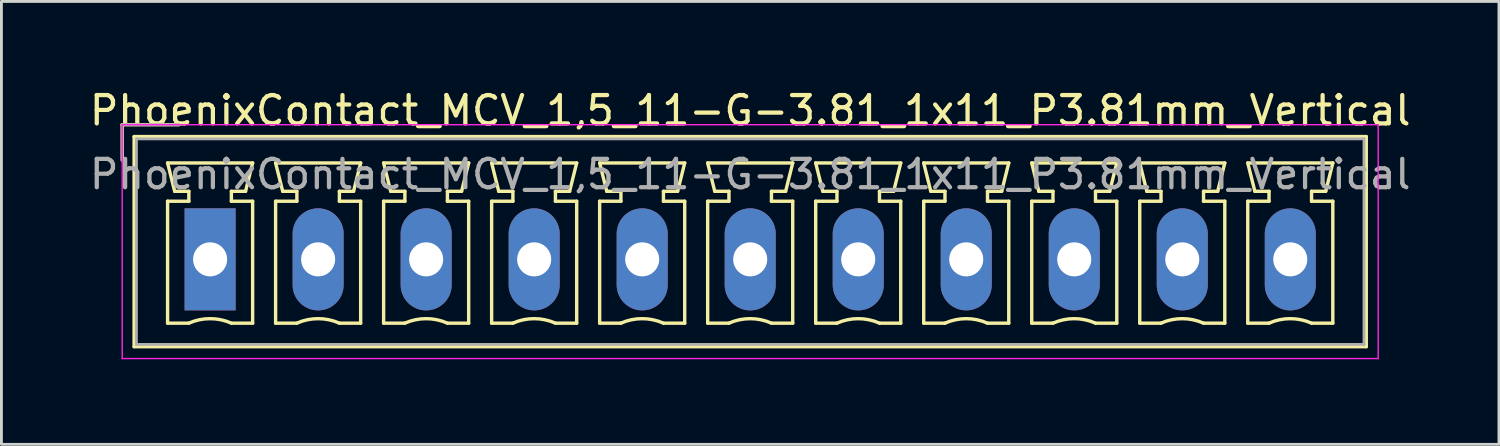
<source format=kicad_pcb>
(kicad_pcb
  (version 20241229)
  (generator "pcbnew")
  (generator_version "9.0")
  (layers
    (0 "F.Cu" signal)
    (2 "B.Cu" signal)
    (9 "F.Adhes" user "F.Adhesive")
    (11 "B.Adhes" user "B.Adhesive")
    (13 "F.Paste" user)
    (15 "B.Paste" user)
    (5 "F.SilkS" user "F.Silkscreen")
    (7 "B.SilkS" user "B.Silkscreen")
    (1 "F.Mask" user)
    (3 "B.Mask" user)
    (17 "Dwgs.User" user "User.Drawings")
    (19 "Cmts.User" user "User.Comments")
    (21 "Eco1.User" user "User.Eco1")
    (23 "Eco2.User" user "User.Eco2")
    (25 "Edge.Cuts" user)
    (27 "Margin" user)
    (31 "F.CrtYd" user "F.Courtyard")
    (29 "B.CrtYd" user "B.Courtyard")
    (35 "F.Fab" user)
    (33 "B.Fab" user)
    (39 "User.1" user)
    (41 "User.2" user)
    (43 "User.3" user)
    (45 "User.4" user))
  (footprint "PhoenixContact_MCV_1,5_11-G-3.81_1x11_P3.81mm_Vertical"
    (layer "F.Cu")
    (at 4.361 6.098)
    (property "Reference" "PhoenixContact_MCV_1,5_11-G-3.81_1x11_P3.81mm_Vertical" (at 19.05 -5.25 0) (layer "F.SilkS") (effects (font (size 1 1) (thickness 0.15))))
    (attr through_hole)
    (fp_line (start -3.1 -4.75) (end -1.1 -4.75) (stroke (width 0.12) (type solid)) (layer "F.SilkS"))
    (fp_line (start -3.1 -3.5) (end -3.1 -4.75) (stroke (width 0.12) (type solid)) (layer "F.SilkS"))
    (fp_line (start -2.68 -4.33) (end -2.68 3.08) (stroke (width 0.12) (type solid)) (layer "F.SilkS"))
    (fp_line (start -2.68 3.08) (end 40.78 3.08) (stroke (width 0.12) (type solid)) (layer "F.SilkS"))
    (fp_line (start -1.5 -3.4) (end 1.5 -3.4) (stroke (width 0.12) (type solid)) (layer "F.SilkS"))
    (fp_line (start -1.5 -2.05) (end -0.75 -2.05) (stroke (width 0.12) (type solid)) (layer "F.SilkS"))
    (fp_line (start -1.5 2.25) (end -1.5 -2.05) (stroke (width 0.12) (type solid)) (layer "F.SilkS"))
    (fp_line (start -1.25 -2.4) (end -1.5 -3.4) (stroke (width 0.12) (type solid)) (layer "F.SilkS"))
    (fp_line (start -0.75 -2.4) (end -1.25 -2.4) (stroke (width 0.12) (type solid)) (layer "F.SilkS"))
    (fp_line (start -0.75 -2.05) (end -0.75 -2.4) (stroke (width 0.12) (type solid)) (layer "F.SilkS"))
    (fp_line (start -0.75 2.25) (end -1.5 2.25) (stroke (width 0.12) (type solid)) (layer "F.SilkS"))
    (fp_line (start 0.75 -2.4) (end 0.75 -2.05) (stroke (width 0.12) (type solid)) (layer "F.SilkS"))
    (fp_line (start 0.75 -2.05) (end 1.5 -2.05) (stroke (width 0.12) (type solid)) (layer "F.SilkS"))
    (fp_line (start 1.25 -2.4) (end 0.75 -2.4) (stroke (width 0.12) (type solid)) (layer "F.SilkS"))
    (fp_line (start 1.5 -3.4) (end 1.25 -2.4) (stroke (width 0.12) (type solid)) (layer "F.SilkS"))
    (fp_line (start 1.5 -2.05) (end 1.5 2.25) (stroke (width 0.12) (type solid)) (layer "F.SilkS"))
    (fp_line (start 1.5 2.25) (end 0.75 2.25) (stroke (width 0.12) (type solid)) (layer "F.SilkS"))
    (fp_line (start 2.31 -3.4) (end 5.31 -3.4) (stroke (width 0.12) (type solid)) (layer "F.SilkS"))
    (fp_line (start 2.31 -2.05) (end 3.06 -2.05) (stroke (width 0.12) (type solid)) (layer "F.SilkS"))
    (fp_line (start 2.31 2.25) (end 2.31 -2.05) (stroke (width 0.12) (type solid)) (layer "F.SilkS"))
    (fp_line (start 2.56 -2.4) (end 2.31 -3.4) (stroke (width 0.12) (type solid)) (layer "F.SilkS"))
    (fp_line (start 3.06 -2.4) (end 2.56 -2.4) (stroke (width 0.12) (type solid)) (layer "F.SilkS"))
    (fp_line (start 3.06 -2.05) (end 3.06 -2.4) (stroke (width 0.12) (type solid)) (layer "F.SilkS"))
    (fp_line (start 3.06 2.25) (end 2.31 2.25) (stroke (width 0.12) (type solid)) (layer "F.SilkS"))
    (fp_line (start 4.56 -2.4) (end 4.56 -2.05) (stroke (width 0.12) (type solid)) (layer "F.SilkS"))
    (fp_line (start 4.56 -2.05) (end 5.31 -2.05) (stroke (width 0.12) (type solid)) (layer "F.SilkS"))
    (fp_line (start 5.06 -2.4) (end 4.56 -2.4) (stroke (width 0.12) (type solid)) (layer "F.SilkS"))
    (fp_line (start 5.31 -3.4) (end 5.06 -2.4) (stroke (width 0.12) (type solid)) (layer "F.SilkS"))
    (fp_line (start 5.31 -2.05) (end 5.31 2.25) (stroke (width 0.12) (type solid)) (layer "F.SilkS"))
    (fp_line (start 5.31 2.25) (end 4.56 2.25) (stroke (width 0.12) (type solid)) (layer "F.SilkS"))
    (fp_line (start 6.12 -3.4) (end 9.12 -3.4) (stroke (width 0.12) (type solid)) (layer "F.SilkS"))
    (fp_line (start 6.12 -2.05) (end 6.87 -2.05) (stroke (width 0.12) (type solid)) (layer "F.SilkS"))
    (fp_line (start 6.12 2.25) (end 6.12 -2.05) (stroke (width 0.12) (type solid)) (layer "F.SilkS"))
    (fp_line (start 6.37 -2.4) (end 6.12 -3.4) (stroke (width 0.12) (type solid)) (layer "F.SilkS"))
    (fp_line (start 6.87 -2.4) (end 6.37 -2.4) (stroke (width 0.12) (type solid)) (layer "F.SilkS"))
    (fp_line (start 6.87 -2.05) (end 6.87 -2.4) (stroke (width 0.12) (type solid)) (layer "F.SilkS"))
    (fp_line (start 6.87 2.25) (end 6.12 2.25) (stroke (width 0.12) (type solid)) (layer "F.SilkS"))
    (fp_line (start 8.37 -2.4) (end 8.37 -2.05) (stroke (width 0.12) (type solid)) (layer "F.SilkS"))
    (fp_line (start 8.37 -2.05) (end 9.12 -2.05) (stroke (width 0.12) (type solid)) (layer "F.SilkS"))
    (fp_line (start 8.87 -2.4) (end 8.37 -2.4) (stroke (width 0.12) (type solid)) (layer "F.SilkS"))
    (fp_line (start 9.12 -3.4) (end 8.87 -2.4) (stroke (width 0.12) (type solid)) (layer "F.SilkS"))
    (fp_line (start 9.12 -2.05) (end 9.12 2.25) (stroke (width 0.12) (type solid)) (layer "F.SilkS"))
    (fp_line (start 9.12 2.25) (end 8.37 2.25) (stroke (width 0.12) (type solid)) (layer "F.SilkS"))
    (fp_line (start 9.93 -3.4) (end 12.93 -3.4) (stroke (width 0.12) (type solid)) (layer "F.SilkS"))
    (fp_line (start 9.93 -2.05) (end 10.68 -2.05) (stroke (width 0.12) (type solid)) (layer "F.SilkS"))
    (fp_line (start 9.93 2.25) (end 9.93 -2.05) (stroke (width 0.12) (type solid)) (layer "F.SilkS"))
    (fp_line (start 10.18 -2.4) (end 9.93 -3.4) (stroke (width 0.12) (type solid)) (layer "F.SilkS"))
    (fp_line (start 10.68 -2.4) (end 10.18 -2.4) (stroke (width 0.12) (type solid)) (layer "F.SilkS"))
    (fp_line (start 10.68 -2.05) (end 10.68 -2.4) (stroke (width 0.12) (type solid)) (layer "F.SilkS"))
    (fp_line (start 10.68 2.25) (end 9.93 2.25) (stroke (width 0.12) (type solid)) (layer "F.SilkS"))
    (fp_line (start 12.18 -2.4) (end 12.18 -2.05) (stroke (width 0.12) (type solid)) (layer "F.SilkS"))
    (fp_line (start 12.18 -2.05) (end 12.93 -2.05) (stroke (width 0.12) (type solid)) (layer "F.SilkS"))
    (fp_line (start 12.68 -2.4) (end 12.18 -2.4) (stroke (width 0.12) (type solid)) (layer "F.SilkS"))
    (fp_line (start 12.93 -3.4) (end 12.68 -2.4) (stroke (width 0.12) (type solid)) (layer "F.SilkS"))
    (fp_line (start 12.93 -2.05) (end 12.93 2.25) (stroke (width 0.12) (type solid)) (layer "F.SilkS"))
    (fp_line (start 12.93 2.25) (end 12.18 2.25) (stroke (width 0.12) (type solid)) (layer "F.SilkS"))
    (fp_line (start 13.74 -3.4) (end 16.74 -3.4) (stroke (width 0.12) (type solid)) (layer "F.SilkS"))
    (fp_line (start 13.74 -2.05) (end 14.49 -2.05) (stroke (width 0.12) (type solid)) (layer "F.SilkS"))
    (fp_line (start 13.74 2.25) (end 13.74 -2.05) (stroke (width 0.12) (type solid)) (layer "F.SilkS"))
    (fp_line (start 13.99 -2.4) (end 13.74 -3.4) (stroke (width 0.12) (type solid)) (layer "F.SilkS"))
    (fp_line (start 14.49 -2.4) (end 13.99 -2.4) (stroke (width 0.12) (type solid)) (layer "F.SilkS"))
    (fp_line (start 14.49 -2.05) (end 14.49 -2.4) (stroke (width 0.12) (type solid)) (layer "F.SilkS"))
    (fp_line (start 14.49 2.25) (end 13.74 2.25) (stroke (width 0.12) (type solid)) (layer "F.SilkS"))
    (fp_line (start 15.99 -2.4) (end 15.99 -2.05) (stroke (width 0.12) (type solid)) (layer "F.SilkS"))
    (fp_line (start 15.99 -2.05) (end 16.74 -2.05) (stroke (width 0.12) (type solid)) (layer "F.SilkS"))
    (fp_line (start 16.49 -2.4) (end 15.99 -2.4) (stroke (width 0.12) (type solid)) (layer "F.SilkS"))
    (fp_line (start 16.74 -3.4) (end 16.49 -2.4) (stroke (width 0.12) (type solid)) (layer "F.SilkS"))
    (fp_line (start 16.74 -2.05) (end 16.74 2.25) (stroke (width 0.12) (type solid)) (layer "F.SilkS"))
    (fp_line (start 16.74 2.25) (end 15.99 2.25) (stroke (width 0.12) (type solid)) (layer "F.SilkS"))
    (fp_line (start 17.55 -3.4) (end 20.55 -3.4) (stroke (width 0.12) (type solid)) (layer "F.SilkS"))
    (fp_line (start 17.55 -2.05) (end 18.3 -2.05) (stroke (width 0.12) (type solid)) (layer "F.SilkS"))
    (fp_line (start 17.55 2.25) (end 17.55 -2.05) (stroke (width 0.12) (type solid)) (layer "F.SilkS"))
    (fp_line (start 17.8 -2.4) (end 17.55 -3.4) (stroke (width 0.12) (type solid)) (layer "F.SilkS"))
    (fp_line (start 18.3 -2.4) (end 17.8 -2.4) (stroke (width 0.12) (type solid)) (layer "F.SilkS"))
    (fp_line (start 18.3 -2.05) (end 18.3 -2.4) (stroke (width 0.12) (type solid)) (layer "F.SilkS"))
    (fp_line (start 18.3 2.25) (end 17.55 2.25) (stroke (width 0.12) (type solid)) (layer "F.SilkS"))
    (fp_line (start 19.8 -2.4) (end 19.8 -2.05) (stroke (width 0.12) (type solid)) (layer "F.SilkS"))
    (fp_line (start 19.8 -2.05) (end 20.55 -2.05) (stroke (width 0.12) (type solid)) (layer "F.SilkS"))
    (fp_line (start 20.3 -2.4) (end 19.8 -2.4) (stroke (width 0.12) (type solid)) (layer "F.SilkS"))
    (fp_line (start 20.55 -3.4) (end 20.3 -2.4) (stroke (width 0.12) (type solid)) (layer "F.SilkS"))
    (fp_line (start 20.55 -2.05) (end 20.55 2.25) (stroke (width 0.12) (type solid)) (layer "F.SilkS"))
    (fp_line (start 20.55 2.25) (end 19.8 2.25) (stroke (width 0.12) (type solid)) (layer "F.SilkS"))
    (fp_line (start 21.36 -3.4) (end 24.36 -3.4) (stroke (width 0.12) (type solid)) (layer "F.SilkS"))
    (fp_line (start 21.36 -2.05) (end 22.11 -2.05) (stroke (width 0.12) (type solid)) (layer "F.SilkS"))
    (fp_line (start 21.36 2.25) (end 21.36 -2.05) (stroke (width 0.12) (type solid)) (layer "F.SilkS"))
    (fp_line (start 21.61 -2.4) (end 21.36 -3.4) (stroke (width 0.12) (type solid)) (layer "F.SilkS"))
    (fp_line (start 22.11 -2.4) (end 21.61 -2.4) (stroke (width 0.12) (type solid)) (layer "F.SilkS"))
    (fp_line (start 22.11 -2.05) (end 22.11 -2.4) (stroke (width 0.12) (type solid)) (layer "F.SilkS"))
    (fp_line (start 22.11 2.25) (end 21.36 2.25) (stroke (width 0.12) (type solid)) (layer "F.SilkS"))
    (fp_line (start 23.61 -2.4) (end 23.61 -2.05) (stroke (width 0.12) (type solid)) (layer "F.SilkS"))
    (fp_line (start 23.61 -2.05) (end 24.36 -2.05) (stroke (width 0.12) (type solid)) (layer "F.SilkS"))
    (fp_line (start 24.11 -2.4) (end 23.61 -2.4) (stroke (width 0.12) (type solid)) (layer "F.SilkS"))
    (fp_line (start 24.36 -3.4) (end 24.11 -2.4) (stroke (width 0.12) (type solid)) (layer "F.SilkS"))
    (fp_line (start 24.36 -2.05) (end 24.36 2.25) (stroke (width 0.12) (type solid)) (layer "F.SilkS"))
    (fp_line (start 24.36 2.25) (end 23.61 2.25) (stroke (width 0.12) (type solid)) (layer "F.SilkS"))
    (fp_line (start 25.17 -3.4) (end 28.17 -3.4) (stroke (width 0.12) (type solid)) (layer "F.SilkS"))
    (fp_line (start 25.17 -2.05) (end 25.92 -2.05) (stroke (width 0.12) (type solid)) (layer "F.SilkS"))
    (fp_line (start 25.17 2.25) (end 25.17 -2.05) (stroke (width 0.12) (type solid)) (layer "F.SilkS"))
    (fp_line (start 25.42 -2.4) (end 25.17 -3.4) (stroke (width 0.12) (type solid)) (layer "F.SilkS"))
    (fp_line (start 25.92 -2.4) (end 25.42 -2.4) (stroke (width 0.12) (type solid)) (layer "F.SilkS"))
    (fp_line (start 25.92 -2.05) (end 25.92 -2.4) (stroke (width 0.12) (type solid)) (layer "F.SilkS"))
    (fp_line (start 25.92 2.25) (end 25.17 2.25) (stroke (width 0.12) (type solid)) (layer "F.SilkS"))
    (fp_line (start 27.42 -2.4) (end 27.42 -2.05) (stroke (width 0.12) (type solid)) (layer "F.SilkS"))
    (fp_line (start 27.42 -2.05) (end 28.17 -2.05) (stroke (width 0.12) (type solid)) (layer "F.SilkS"))
    (fp_line (start 27.92 -2.4) (end 27.42 -2.4) (stroke (width 0.12) (type solid)) (layer "F.SilkS"))
    (fp_line (start 28.17 -3.4) (end 27.92 -2.4) (stroke (width 0.12) (type solid)) (layer "F.SilkS"))
    (fp_line (start 28.17 -2.05) (end 28.17 2.25) (stroke (width 0.12) (type solid)) (layer "F.SilkS"))
    (fp_line (start 28.17 2.25) (end 27.42 2.25) (stroke (width 0.12) (type solid)) (layer "F.SilkS"))
    (fp_line (start 28.98 -3.4) (end 31.98 -3.4) (stroke (width 0.12) (type solid)) (layer "F.SilkS"))
    (fp_line (start 28.98 -2.05) (end 29.73 -2.05) (stroke (width 0.12) (type solid)) (layer "F.SilkS"))
    (fp_line (start 28.98 2.25) (end 28.98 -2.05) (stroke (width 0.12) (type solid)) (layer "F.SilkS"))
    (fp_line (start 29.23 -2.4) (end 28.98 -3.4) (stroke (width 0.12) (type solid)) (layer "F.SilkS"))
    (fp_line (start 29.73 -2.4) (end 29.23 -2.4) (stroke (width 0.12) (type solid)) (layer "F.SilkS"))
    (fp_line (start 29.73 -2.05) (end 29.73 -2.4) (stroke (width 0.12) (type solid)) (layer "F.SilkS"))
    (fp_line (start 29.73 2.25) (end 28.98 2.25) (stroke (width 0.12) (type solid)) (layer "F.SilkS"))
    (fp_line (start 31.23 -2.4) (end 31.23 -2.05) (stroke (width 0.12) (type solid)) (layer "F.SilkS"))
    (fp_line (start 31.23 -2.05) (end 31.98 -2.05) (stroke (width 0.12) (type solid)) (layer "F.SilkS"))
    (fp_line (start 31.73 -2.4) (end 31.23 -2.4) (stroke (width 0.12) (type solid)) (layer "F.SilkS"))
    (fp_line (start 31.98 -3.4) (end 31.73 -2.4) (stroke (width 0.12) (type solid)) (layer "F.SilkS"))
    (fp_line (start 31.98 -2.05) (end 31.98 2.25) (stroke (width 0.12) (type solid)) (layer "F.SilkS"))
    (fp_line (start 31.98 2.25) (end 31.23 2.25) (stroke (width 0.12) (type solid)) (layer "F.SilkS"))
    (fp_line (start 32.79 -3.4) (end 35.79 -3.4) (stroke (width 0.12) (type solid)) (layer "F.SilkS"))
    (fp_line (start 32.79 -2.05) (end 33.54 -2.05) (stroke (width 0.12) (type solid)) (layer "F.SilkS"))
    (fp_line (start 32.79 2.25) (end 32.79 -2.05) (stroke (width 0.12) (type solid)) (layer "F.SilkS"))
    (fp_line (start 33.04 -2.4) (end 32.79 -3.4) (stroke (width 0.12) (type solid)) (layer "F.SilkS"))
    (fp_line (start 33.54 -2.4) (end 33.04 -2.4) (stroke (width 0.12) (type solid)) (layer "F.SilkS"))
    (fp_line (start 33.54 -2.05) (end 33.54 -2.4) (stroke (width 0.12) (type solid)) (layer "F.SilkS"))
    (fp_line (start 33.54 2.25) (end 32.79 2.25) (stroke (width 0.12) (type solid)) (layer "F.SilkS"))
    (fp_line (start 35.04 -2.4) (end 35.04 -2.05) (stroke (width 0.12) (type solid)) (layer "F.SilkS"))
    (fp_line (start 35.04 -2.05) (end 35.79 -2.05) (stroke (width 0.12) (type solid)) (layer "F.SilkS"))
    (fp_line (start 35.54 -2.4) (end 35.04 -2.4) (stroke (width 0.12) (type solid)) (layer "F.SilkS"))
    (fp_line (start 35.79 -3.4) (end 35.54 -2.4) (stroke (width 0.12) (type solid)) (layer "F.SilkS"))
    (fp_line (start 35.79 -2.05) (end 35.79 2.25) (stroke (width 0.12) (type solid)) (layer "F.SilkS"))
    (fp_line (start 35.79 2.25) (end 35.04 2.25) (stroke (width 0.12) (type solid)) (layer "F.SilkS"))
    (fp_line (start 36.6 -3.4) (end 39.6 -3.4) (stroke (width 0.12) (type solid)) (layer "F.SilkS"))
    (fp_line (start 36.6 -2.05) (end 37.35 -2.05) (stroke (width 0.12) (type solid)) (layer "F.SilkS"))
    (fp_line (start 36.6 2.25) (end 36.6 -2.05) (stroke (width 0.12) (type solid)) (layer "F.SilkS"))
    (fp_line (start 36.85 -2.4) (end 36.6 -3.4) (stroke (width 0.12) (type solid)) (layer "F.SilkS"))
    (fp_line (start 37.35 -2.4) (end 36.85 -2.4) (stroke (width 0.12) (type solid)) (layer "F.SilkS"))
    (fp_line (start 37.35 -2.05) (end 37.35 -2.4) (stroke (width 0.12) (type solid)) (layer "F.SilkS"))
    (fp_line (start 37.35 2.25) (end 36.6 2.25) (stroke (width 0.12) (type solid)) (layer "F.SilkS"))
    (fp_line (start 38.85 -2.4) (end 38.85 -2.05) (stroke (width 0.12) (type solid)) (layer "F.SilkS"))
    (fp_line (start 38.85 -2.05) (end 39.6 -2.05) (stroke (width 0.12) (type solid)) (layer "F.SilkS"))
    (fp_line (start 39.35 -2.4) (end 38.85 -2.4) (stroke (width 0.12) (type solid)) (layer "F.SilkS"))
    (fp_line (start 39.6 -3.4) (end 39.35 -2.4) (stroke (width 0.12) (type solid)) (layer "F.SilkS"))
    (fp_line (start 39.6 -2.05) (end 39.6 2.25) (stroke (width 0.12) (type solid)) (layer "F.SilkS"))
    (fp_line (start 39.6 2.25) (end 38.85 2.25) (stroke (width 0.12) (type solid)) (layer "F.SilkS"))
    (fp_line (start 40.78 -4.33) (end -2.68 -4.33) (stroke (width 0.12) (type solid)) (layer "F.SilkS"))
    (fp_line (start 40.78 3.08) (end 40.78 -4.33) (stroke (width 0.12) (type solid)) (layer "F.SilkS"))
    (fp_arc (start -0.75 2.25) (mid -0.000193 2.09191) (end 0.749647 2.249844) (stroke (width 0.12) (type solid)) (layer "F.SilkS"))
    (fp_arc (start 3.06 2.25) (mid 3.809807 2.09191) (end 4.559647 2.249844) (stroke (width 0.12) (type solid)) (layer "F.SilkS"))
    (fp_arc (start 6.87 2.25) (mid 7.619807 2.09191) (end 8.369647 2.249844) (stroke (width 0.12) (type solid)) (layer "F.SilkS"))
    (fp_arc (start 10.68 2.25) (mid 11.429807 2.09191) (end 12.179647 2.249844) (stroke (width 0.12) (type solid)) (layer "F.SilkS"))
    (fp_arc (start 14.49 2.25) (mid 15.239807 2.09191) (end 15.989647 2.249844) (stroke (width 0.12) (type solid)) (layer "F.SilkS"))
    (fp_arc (start 18.3 2.25) (mid 19.049807 2.09191) (end 19.799647 2.249844) (stroke (width 0.12) (type solid)) (layer "F.SilkS"))
    (fp_arc (start 22.11 2.25) (mid 22.859807 2.09191) (end 23.609647 2.249844) (stroke (width 0.12) (type solid)) (layer "F.SilkS"))
    (fp_arc (start 25.92 2.25) (mid 26.669807 2.09191) (end 27.419647 2.249844) (stroke (width 0.12) (type solid)) (layer "F.SilkS"))
    (fp_arc (start 29.73 2.25) (mid 30.479807 2.09191) (end 31.229647 2.249844) (stroke (width 0.12) (type solid)) (layer "F.SilkS"))
    (fp_arc (start 33.54 2.25) (mid 34.289807 2.09191) (end 35.039647 2.249844) (stroke (width 0.12) (type solid)) (layer "F.SilkS"))
    (fp_arc (start 37.35 2.25) (mid 38.099807 2.09191) (end 38.849647 2.249844) (stroke (width 0.12) (type solid)) (layer "F.SilkS"))
    (fp_line (start -3.1 -4.75) (end -3.1 3.5) (stroke (width 0.05) (type solid)) (layer "F.CrtYd"))
    (fp_line (start -3.1 3.5) (end 41.2 3.5) (stroke (width 0.05) (type solid)) (layer "F.CrtYd"))
    (fp_line (start 41.2 -4.75) (end -3.1 -4.75) (stroke (width 0.05) (type solid)) (layer "F.CrtYd"))
    (fp_line (start 41.2 3.5) (end 41.2 -4.75) (stroke (width 0.05) (type solid)) (layer "F.CrtYd"))
    (fp_line (start -3.1 -4.75) (end -1.1 -4.75) (stroke (width 0.1) (type solid)) (layer "F.Fab"))
    (fp_line (start -3.1 -3.5) (end -3.1 -4.75) (stroke (width 0.1) (type solid)) (layer "F.Fab"))
    (fp_line (start -2.6 -4.25) (end -2.6 3) (stroke (width 0.1) (type solid)) (layer "F.Fab"))
    (fp_line (start -2.6 3) (end 40.7 3) (stroke (width 0.1) (type solid)) (layer "F.Fab"))
    (fp_line (start 40.7 -4.25) (end -2.6 -4.25) (stroke (width 0.1) (type solid)) (layer "F.Fab"))
    (fp_line (start 40.7 3) (end 40.7 -4.25) (stroke (width 0.1) (type solid)) (layer "F.Fab"))
    (fp_text user "${REFERENCE}" (at 19.05 -3 0) (layer "F.Fab") (effects (font (size 1 1) (thickness 0.15))))
    (pad "1" thru_hole rect (at 0 0) (size 1.8 3.6) (drill 1.2) (layers "*.Cu" "*.Mask"))
    (pad "2" thru_hole oval (at 3.81 0) (size 1.8 3.6) (drill 1.2) (layers "*.Cu" "*.Mask"))
    (pad "3" thru_hole oval (at 7.62 0) (size 1.8 3.6) (drill 1.2) (layers "*.Cu" "*.Mask"))
    (pad "4" thru_hole oval (at 11.43 0) (size 1.8 3.6) (drill 1.2) (layers "*.Cu" "*.Mask"))
    (pad "5" thru_hole oval (at 15.24 0) (size 1.8 3.6) (drill 1.2) (layers "*.Cu" "*.Mask"))
    (pad "6" thru_hole oval (at 19.05 0) (size 1.8 3.6) (drill 1.2) (layers "*.Cu" "*.Mask"))
    (pad "7" thru_hole oval (at 22.86 0) (size 1.8 3.6) (drill 1.2) (layers "*.Cu" "*.Mask"))
    (pad "8" thru_hole oval (at 26.67 0) (size 1.8 3.6) (drill 1.2) (layers "*.Cu" "*.Mask"))
    (pad "9" thru_hole oval (at 30.48 0) (size 1.8 3.6) (drill 1.2) (layers "*.Cu" "*.Mask"))
    (pad "10" thru_hole oval (at 34.29 0) (size 1.8 3.6) (drill 1.2) (layers "*.Cu" "*.Mask"))
    (pad "11" thru_hole oval (at 38.1 0) (size 1.8 3.6) (drill 1.2) (layers "*.Cu" "*.Mask")))
  (gr_rect
    (start -3 -3)
    (end 49.821 12.623)
    (stroke (width 0.1) (type default))
    (fill no)
    (layer "Edge.Cuts")))
</source>
